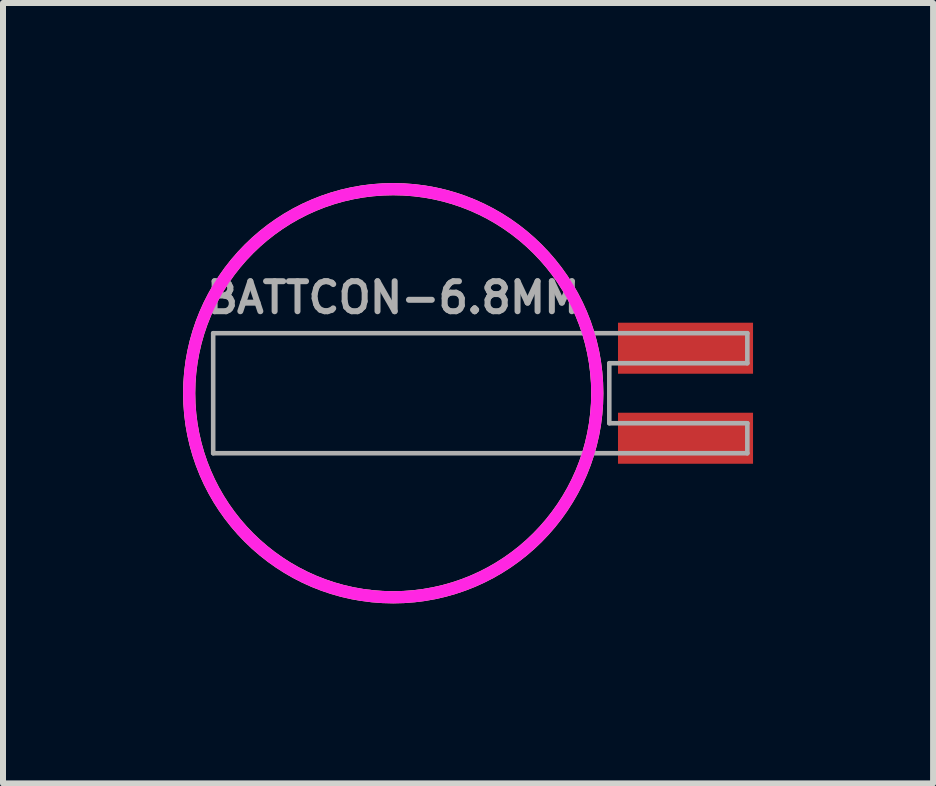
<source format=kicad_pcb>
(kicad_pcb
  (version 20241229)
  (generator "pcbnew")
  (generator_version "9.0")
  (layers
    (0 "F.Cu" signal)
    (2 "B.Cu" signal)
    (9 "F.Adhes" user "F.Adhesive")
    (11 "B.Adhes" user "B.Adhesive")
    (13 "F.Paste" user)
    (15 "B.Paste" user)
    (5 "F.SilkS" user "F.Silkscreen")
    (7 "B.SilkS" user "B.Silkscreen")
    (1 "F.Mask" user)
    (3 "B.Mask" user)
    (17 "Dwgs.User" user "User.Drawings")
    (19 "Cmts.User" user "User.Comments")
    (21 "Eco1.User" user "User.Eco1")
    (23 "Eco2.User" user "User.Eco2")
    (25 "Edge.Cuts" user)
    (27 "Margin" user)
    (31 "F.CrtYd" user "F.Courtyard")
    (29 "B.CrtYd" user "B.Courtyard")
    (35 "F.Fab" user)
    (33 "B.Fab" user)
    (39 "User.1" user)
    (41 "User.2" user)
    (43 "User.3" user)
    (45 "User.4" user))
  (footprint "BATTCON-6.8MM"
    (layer "F.Cu")
    (at 3.502 3.502)
    (property "Reference" "BATTCON-6.8MM" (at 0 -1.3 0) (layer "F.Fab") (effects (font (size 0.5 0.5) (thickness 0.1) (bold yes)) (justify bottom)))
    (fp_circle (center 0 0) (end 3.4 0) (stroke (width 0.203) (type solid)) (fill no) (layer "F.SilkS"))
    (fp_circle (center 0 0) (end 3.4 0) (stroke (width 0.203) (type solid)) (fill no) (layer "F.CrtYd"))
    (fp_line (start -3 -1) (end -3 1) (stroke (width 0.076) (type solid)) (layer "F.Fab"))
    (fp_line (start -3 1) (end 5.9 1) (stroke (width 0.076) (type solid)) (layer "F.Fab"))
    (fp_line (start 3.6 0.5) (end 3.6 -0.5) (stroke (width 0.076) (type solid)) (layer "F.Fab"))
    (fp_line (start 3.6 0.5) (end 5.9 0.5) (stroke (width 0.076) (type solid)) (layer "F.Fab"))
    (fp_line (start 5.9 -1) (end -3 -1) (stroke (width 0.076) (type solid)) (layer "F.Fab"))
    (fp_line (start 5.9 -1) (end 5.9 -0.5) (stroke (width 0.076) (type solid)) (layer "F.Fab"))
    (fp_line (start 5.9 -0.5) (end 3.6 -0.5) (stroke (width 0.076) (type solid)) (layer "F.Fab"))
    (fp_line (start 5.9 0.5) (end 5.9 1) (stroke (width 0.076) (type solid)) (layer "F.Fab"))
    (pad "+" smd rect (at 4.87 -0.75 180) (size 2.25 0.85) (layers "F.Cu" "F.Mask" "F.Paste"))
    (pad "-" smd rect (at 4.87 0.75 180) (size 2.25 0.85) (layers "F.Cu" "F.Mask" "F.Paste")))
  (gr_rect
    (start -3 -3)
    (end 12.497 10.003)
    (stroke (width 0.1) (type default))
    (fill no)
    (layer "Edge.Cuts")))
</source>
